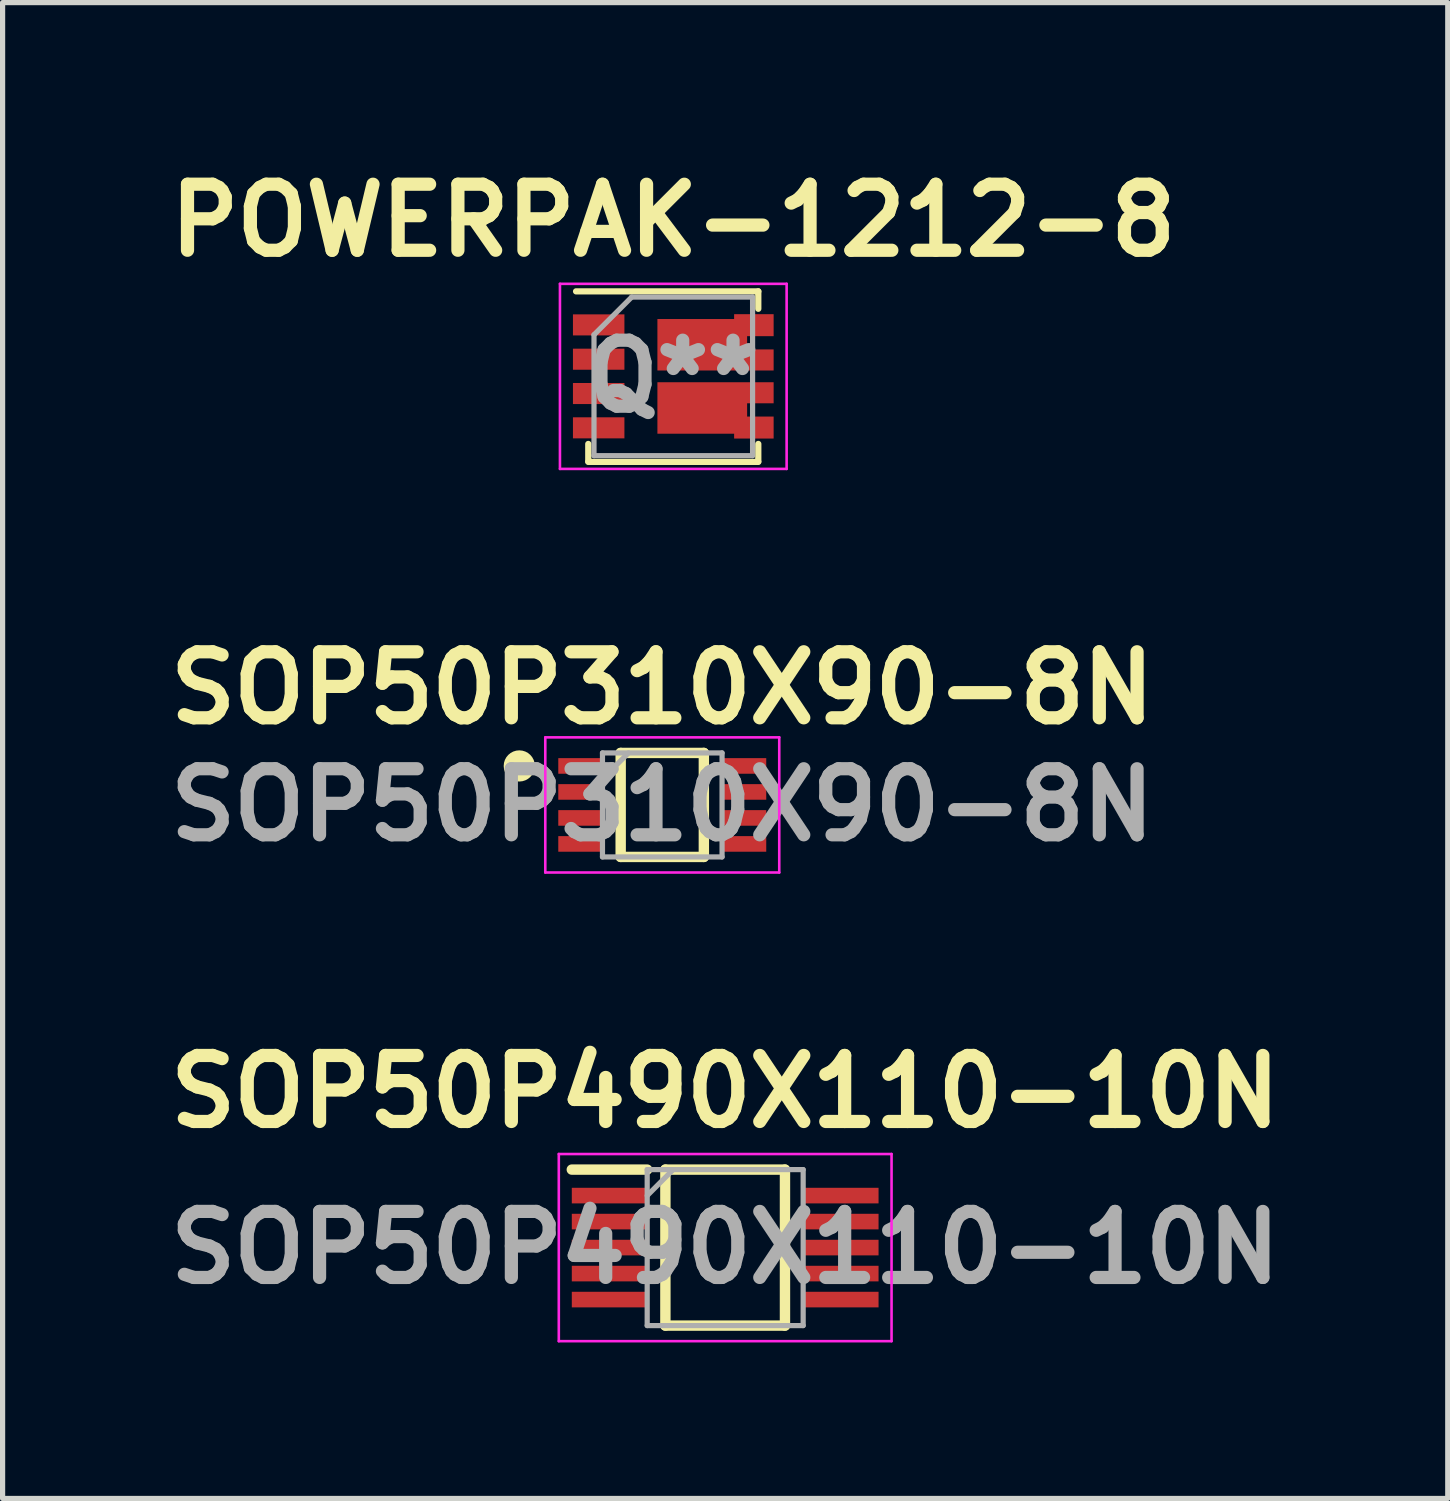
<source format=kicad_pcb>
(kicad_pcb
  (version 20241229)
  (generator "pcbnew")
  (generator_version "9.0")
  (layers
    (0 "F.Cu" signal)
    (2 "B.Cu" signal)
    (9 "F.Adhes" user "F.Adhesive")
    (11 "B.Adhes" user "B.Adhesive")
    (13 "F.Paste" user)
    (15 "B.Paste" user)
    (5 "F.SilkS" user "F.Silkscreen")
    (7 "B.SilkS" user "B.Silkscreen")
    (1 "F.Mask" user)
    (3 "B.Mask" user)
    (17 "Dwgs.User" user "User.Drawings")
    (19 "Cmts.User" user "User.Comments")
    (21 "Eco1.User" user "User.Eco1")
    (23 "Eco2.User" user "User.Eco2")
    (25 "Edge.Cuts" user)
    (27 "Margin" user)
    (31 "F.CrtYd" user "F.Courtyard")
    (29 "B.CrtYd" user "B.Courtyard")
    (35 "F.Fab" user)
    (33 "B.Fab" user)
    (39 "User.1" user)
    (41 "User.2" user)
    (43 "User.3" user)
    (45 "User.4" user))
  (footprint "SOP50P490X110-10N"
    (layer "F.Cu")
    (at 10.898 20.946)
    (property "Reference" "SOP50P490X110-10N" (at 0 -3 0) (layer "F.SilkS") (effects (font (size 1.27 1.27) (thickness 0.254))))
    (attr smd)
    (fp_line (start -2.95 -1.5) (end -1.5 -1.5) (stroke (width 0.2) (type solid)) (layer "F.SilkS"))
    (fp_line (start -1.15 -1.5) (end 1.15 -1.5) (stroke (width 0.2) (type solid)) (layer "F.SilkS"))
    (fp_line (start -1.15 1.5) (end -1.15 -1.5) (stroke (width 0.2) (type solid)) (layer "F.SilkS"))
    (fp_line (start 1.15 -1.5) (end 1.15 1.5) (stroke (width 0.2) (type solid)) (layer "F.SilkS"))
    (fp_line (start 1.15 1.5) (end -1.15 1.5) (stroke (width 0.2) (type solid)) (layer "F.SilkS"))
    (fp_line (start -3.2 -1.8) (end 3.2 -1.8) (stroke (width 0.05) (type solid)) (layer "F.CrtYd"))
    (fp_line (start -3.2 1.8) (end -3.2 -1.8) (stroke (width 0.05) (type solid)) (layer "F.CrtYd"))
    (fp_line (start 3.2 -1.8) (end 3.2 1.8) (stroke (width 0.05) (type solid)) (layer "F.CrtYd"))
    (fp_line (start 3.2 1.8) (end -3.2 1.8) (stroke (width 0.05) (type solid)) (layer "F.CrtYd"))
    (fp_line (start -1.5 -1.5) (end 1.5 -1.5) (stroke (width 0.1) (type solid)) (layer "F.Fab"))
    (fp_line (start -1.5 -1) (end -1 -1.5) (stroke (width 0.1) (type solid)) (layer "F.Fab"))
    (fp_line (start -1.5 1.5) (end -1.5 -1.5) (stroke (width 0.1) (type solid)) (layer "F.Fab"))
    (fp_line (start 1.5 -1.5) (end 1.5 1.5) (stroke (width 0.1) (type solid)) (layer "F.Fab"))
    (fp_line (start 1.5 1.5) (end -1.5 1.5) (stroke (width 0.1) (type solid)) (layer "F.Fab"))
    (fp_text user "${REFERENCE}" (at 0 0 0) (layer "F.Fab") (effects (font (size 1.27 1.27) (thickness 0.254))))
    (pad "1" smd rect (at -2.225 -1 90) (size 0.3 1.45) (layers "F.Cu" "F.Mask" "F.Paste"))
    (pad "2" smd rect (at -2.225 -0.5 90) (size 0.3 1.45) (layers "F.Cu" "F.Mask" "F.Paste"))
    (pad "3" smd rect (at -2.225 0 90) (size 0.3 1.45) (layers "F.Cu" "F.Mask" "F.Paste"))
    (pad "4" smd rect (at -2.225 0.5 90) (size 0.3 1.45) (layers "F.Cu" "F.Mask" "F.Paste"))
    (pad "5" smd rect (at -2.225 1 90) (size 0.3 1.45) (layers "F.Cu" "F.Mask" "F.Paste"))
    (pad "6" smd rect (at 2.225 1 90) (size 0.3 1.45) (layers "F.Cu" "F.Mask" "F.Paste"))
    (pad "7" smd rect (at 2.225 0.5 90) (size 0.3 1.45) (layers "F.Cu" "F.Mask" "F.Paste"))
    (pad "8" smd rect (at 2.225 0 90) (size 0.3 1.45) (layers "F.Cu" "F.Mask" "F.Paste"))
    (pad "9" smd rect (at 2.225 -0.5 90) (size 0.3 1.45) (layers "F.Cu" "F.Mask" "F.Paste"))
    (pad "10" smd rect (at 2.225 -1 90) (size 0.3 1.45) (layers "F.Cu" "F.Mask" "F.Paste")))
  (footprint "SOP50P310X90-8N"
    (layer "F.Cu")
    (at 9.688 12.432)
    (property "Reference" "SOP50P310X90-8N" (at 0 -2.25 0) (layer "F.SilkS") (effects (font (size 1.27 1.27) (thickness 0.254))))
    (attr smd)
    (fp_line (start -0.8 -1) (end 0.8 -1) (stroke (width 0.2) (type solid)) (layer "F.SilkS"))
    (fp_line (start -0.8 1) (end -0.8 -1) (stroke (width 0.2) (type solid)) (layer "F.SilkS"))
    (fp_line (start 0.8 -1) (end 0.8 1) (stroke (width 0.2) (type solid)) (layer "F.SilkS"))
    (fp_line (start 0.8 1) (end -0.8 1) (stroke (width 0.2) (type solid)) (layer "F.SilkS"))
    (fp_circle (center -2.75 -0.75) (end -2.6 -0.75) (stroke (width 0.3) (type solid)) (fill no) (layer "F.SilkS"))
    (fp_line (start -2.25 -1.3) (end 2.25 -1.3) (stroke (width 0.05) (type solid)) (layer "F.CrtYd"))
    (fp_line (start -2.25 1.3) (end -2.25 -1.3) (stroke (width 0.05) (type solid)) (layer "F.CrtYd"))
    (fp_line (start 2.25 -1.3) (end 2.25 1.3) (stroke (width 0.05) (type solid)) (layer "F.CrtYd"))
    (fp_line (start 2.25 1.3) (end -2.25 1.3) (stroke (width 0.05) (type solid)) (layer "F.CrtYd"))
    (fp_line (start -1.15 -1) (end 1.15 -1) (stroke (width 0.1) (type solid)) (layer "F.Fab"))
    (fp_line (start -1.15 -0.5) (end -0.65 -1) (stroke (width 0.1) (type solid)) (layer "F.Fab"))
    (fp_line (start -1.15 1) (end -1.15 -1) (stroke (width 0.1) (type solid)) (layer "F.Fab"))
    (fp_line (start 1.15 -1) (end 1.15 1) (stroke (width 0.1) (type solid)) (layer "F.Fab"))
    (fp_line (start 1.15 1) (end -1.15 1) (stroke (width 0.1) (type solid)) (layer "F.Fab"))
    (fp_text user "${REFERENCE}" (at 0 0 0) (layer "F.Fab") (effects (font (size 1.27 1.27) (thickness 0.254))))
    (pad "1" smd rect (at -1.575 -0.75 90) (size 0.3 0.85) (layers "F.Cu" "F.Mask" "F.Paste"))
    (pad "2" smd rect (at -1.575 -0.25 90) (size 0.3 0.85) (layers "F.Cu" "F.Mask" "F.Paste"))
    (pad "3" smd rect (at -1.575 0.25 90) (size 0.3 0.85) (layers "F.Cu" "F.Mask" "F.Paste"))
    (pad "4" smd rect (at -1.575 0.75 90) (size 0.3 0.85) (layers "F.Cu" "F.Mask" "F.Paste"))
    (pad "5" smd rect (at 1.575 0.75 90) (size 0.3 0.85) (layers "F.Cu" "F.Mask" "F.Paste"))
    (pad "6" smd rect (at 1.575 0.25 90) (size 0.3 0.85) (layers "F.Cu" "F.Mask" "F.Paste"))
    (pad "7" smd rect (at 1.575 -0.25 90) (size 0.3 0.85) (layers "F.Cu" "F.Mask" "F.Paste"))
    (pad "8" smd rect (at 1.575 -0.75 90) (size 0.3 0.85) (layers "F.Cu" "F.Mask" "F.Paste")))
  (footprint "POWERPAK-1212-8"
    (layer "F.Cu")
    (at 9.9 4.189)
    (property "Reference" "POWERPAK-1212-8" (at 0 -3 0) (layer "F.SilkS") (effects (font (size 1.27 1.27) (thickness 0.254))))
    (attr smd)
    (fp_line (start -1.87 -1.635) (end 1.635 -1.635) (stroke (width 0.12) (type solid)) (layer "F.SilkS"))
    (fp_line (start -1.635 1.3) (end -1.635 1.635) (stroke (width 0.12) (type solid)) (layer "F.SilkS"))
    (fp_line (start -1.635 1.645) (end 1.635 1.645) (stroke (width 0.12) (type solid)) (layer "F.SilkS"))
    (fp_line (start 1.635 -1.635) (end 1.635 -1.3) (stroke (width 0.12) (type solid)) (layer "F.SilkS"))
    (fp_line (start 1.635 1.3) (end 1.635 1.635) (stroke (width 0.12) (type solid)) (layer "F.SilkS"))
    (fp_line (start -2.18 -1.78) (end -2.18 1.78) (stroke (width 0.05) (type solid)) (layer "F.CrtYd"))
    (fp_line (start -2.18 -1.78) (end 2.18 -1.78) (stroke (width 0.05) (type solid)) (layer "F.CrtYd"))
    (fp_line (start -2.18 1.78) (end 2.18 1.78) (stroke (width 0.05) (type solid)) (layer "F.CrtYd"))
    (fp_line (start 2.18 -1.78) (end 2.18 1.78) (stroke (width 0.05) (type solid)) (layer "F.CrtYd"))
    (fp_line (start -1.525 -0.8) (end -1.525 1.525) (stroke (width 0.1) (type solid)) (layer "F.Fab"))
    (fp_line (start -1.525 -0.8) (end -0.8 -1.525) (stroke (width 0.1) (type solid)) (layer "F.Fab"))
    (fp_line (start -1.525 1.525) (end 1.525 1.525) (stroke (width 0.1) (type solid)) (layer "F.Fab"))
    (fp_line (start -0.8 -1.525) (end 1.525 -1.525) (stroke (width 0.1) (type solid)) (layer "F.Fab"))
    (fp_line (start 1.525 -1.525) (end 1.525 1.525) (stroke (width 0.1) (type solid)) (layer "F.Fab"))
    (fp_text user "Q**" (at 0 0 0) (layer "F.Fab") (effects (font (size 1.27 1.27) (thickness 0.254))))
    (pad "1" smd rect (at -1.435 -0.99) (size 0.99 0.405) (layers "F.Cu" "F.Mask" "F.Paste"))
    (pad "2" smd rect (at -1.435 -0.33) (size 0.99 0.405) (layers "F.Cu" "F.Mask" "F.Paste"))
    (pad "3" smd rect (at -1.435 0.33) (size 0.99 0.405) (layers "F.Cu" "F.Mask" "F.Paste"))
    (pad "4" smd rect (at -1.435 0.99) (size 0.99 0.405) (layers "F.Cu" "F.Mask" "F.Paste"))
    (pad "5" smd custom (at 0.557 0.608) (size 1.725 0.99) (layers "F.Cu" "F.Mask" "F.Paste") (options (anchor rect)) (primitives (gr_poly (pts (xy 0.613 -0.495) (xy 1.373 -0.495) (xy 1.373 -0.09) (xy 0.863 -0.09) (xy 0.863 0.165) (xy 1.373 0.165) (xy 1.373 0.588) (xy 0.613 0.588)) (width 0) (fill yes))))
    (pad "6" smd custom (at 0.557 -0.608) (size 1.725 0.99) (layers "F.Cu" "F.Mask" "F.Paste") (options (anchor rect)) (primitives (gr_poly (pts (xy 0.613 0.495) (xy 1.373 0.495) (xy 1.373 0.09) (xy 0.863 0.09) (xy 0.863 -0.165) (xy 1.373 -0.165) (xy 1.373 -0.588) (xy 0.613 -0.588)) (width 0) (fill yes)))))
  (gr_rect
    (start -3 -3)
    (end 24.796 25.771)
    (stroke (width 0.1) (type default))
    (fill no)
    (layer "Edge.Cuts")))
</source>
